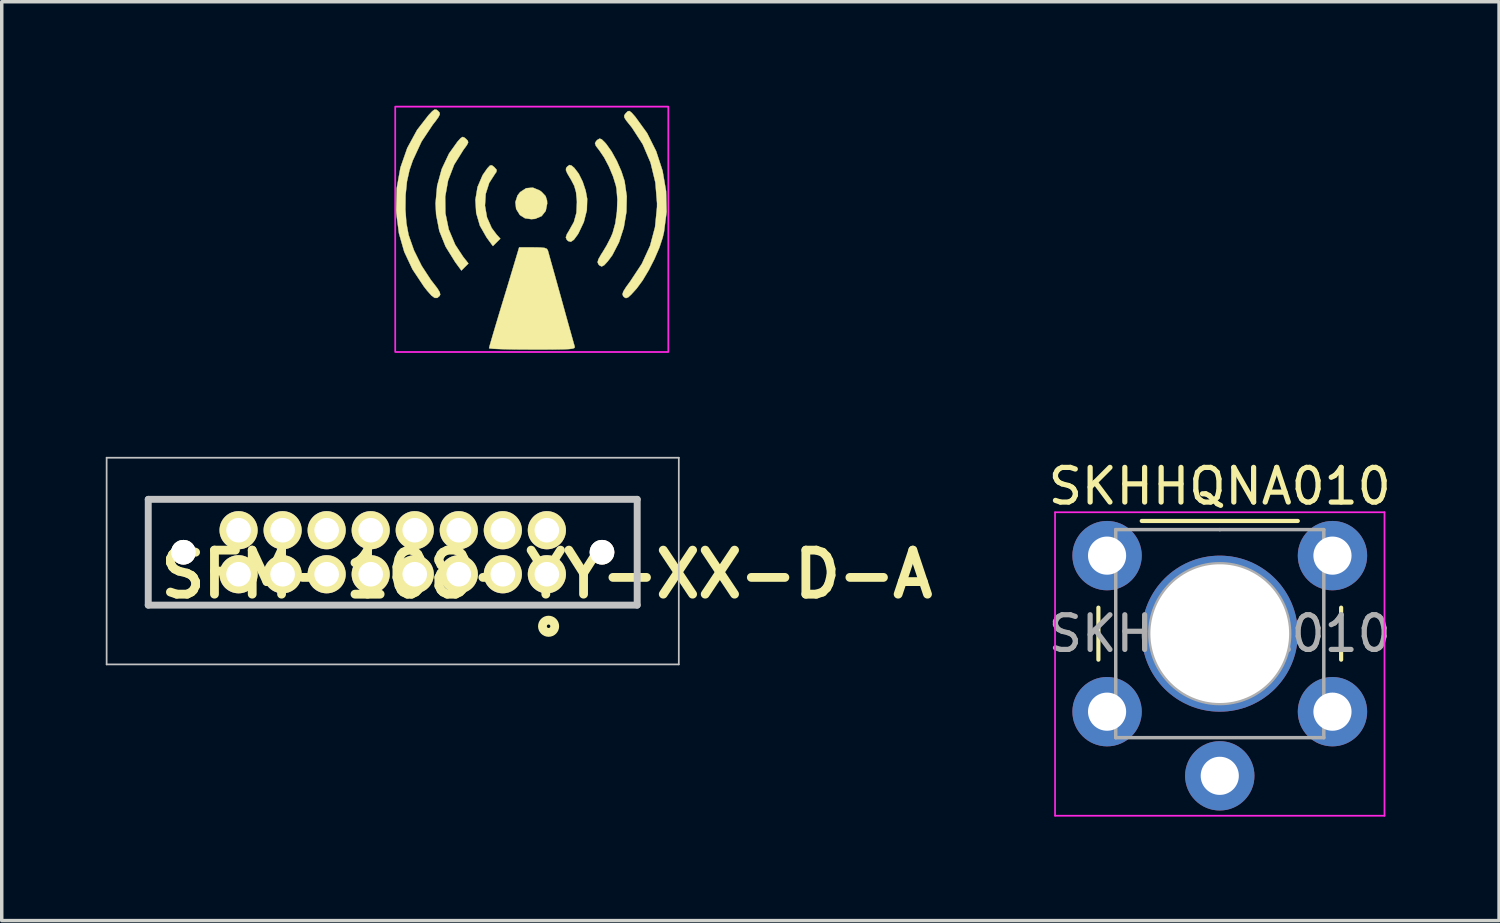
<source format=kicad_pcb>
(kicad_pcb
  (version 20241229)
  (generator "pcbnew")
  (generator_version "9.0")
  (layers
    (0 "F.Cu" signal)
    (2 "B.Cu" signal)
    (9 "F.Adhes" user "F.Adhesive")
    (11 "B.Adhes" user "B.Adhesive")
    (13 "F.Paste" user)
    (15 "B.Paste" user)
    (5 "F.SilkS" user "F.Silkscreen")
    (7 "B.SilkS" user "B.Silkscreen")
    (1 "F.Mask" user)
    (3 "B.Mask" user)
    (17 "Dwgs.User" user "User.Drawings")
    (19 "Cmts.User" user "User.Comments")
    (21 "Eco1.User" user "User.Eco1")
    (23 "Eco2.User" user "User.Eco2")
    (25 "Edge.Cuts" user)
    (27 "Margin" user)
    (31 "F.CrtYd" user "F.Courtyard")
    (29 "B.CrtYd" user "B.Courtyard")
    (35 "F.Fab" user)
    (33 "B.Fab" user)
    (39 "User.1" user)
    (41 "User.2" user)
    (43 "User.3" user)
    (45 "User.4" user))
  (footprint "non-ionizing-bigger"
    (layer "F.Cu")
    (at 12.272 3.575)
    (property "Reference" "non-ionizing-bigger" (at 0 0 0) (layer "User.1") (effects (font (size 1.524 1.524) (thickness 0.3))))
    (attr through_hole)
    (fp_poly (pts (xy 0.24 -1.134) (xy 0.301 -1.088) (xy 0.411 -0.971) (xy 0.453 -0.84) (xy 0.457 -0.755) (xy 0.415 -0.543) (xy 0.297 -0.393) (xy 0.11 -0.314) (xy 0 -0.305) (xy -0.183 -0.331) (xy -0.323 -0.42) (xy -0.333 -0.429) (xy -0.438 -0.6) (xy -0.46 -0.797) (xy -0.398 -0.988) (xy -0.323 -1.085) (xy -0.149 -1.198) (xy 0.044 -1.214) (xy 0.24 -1.134)) (stroke (width 0.01) (type solid)) (fill yes) (layer "F.SilkS"))
    (fp_poly (pts (xy -1.065 -1.802) (xy -0.999 -1.726) (xy -1.009 -1.663) (xy -1.035 -1.63) (xy -1.215 -1.351) (xy -1.316 -1.032) (xy -1.337 -0.694) (xy -1.279 -0.359) (xy -1.143 -0.05) (xy -1 0.141) (xy -0.894 0.257) (xy -1.108 0.47) (xy -1.29 0.222) (xy -1.483 -0.117) (xy -1.59 -0.484) (xy -1.613 -0.863) (xy -1.551 -1.232) (xy -1.405 -1.575) (xy -1.267 -1.772) (xy -1.192 -1.852) (xy -1.138 -1.859) (xy -1.065 -1.802)) (stroke (width 0.01) (type solid)) (fill yes) (layer "F.SilkS"))
    (fp_poly (pts (xy -1.924 -2.654) (xy -1.885 -2.621) (xy -1.832 -2.566) (xy -1.821 -2.515) (xy -1.859 -2.44) (xy -1.951 -2.314) (xy -1.962 -2.299) (xy -2.226 -1.875) (xy -2.4 -1.421) (xy -2.484 -0.951) (xy -2.478 -0.477) (xy -2.382 -0.012) (xy -2.196 0.43) (xy -1.967 0.779) (xy -1.814 0.973) (xy -1.916 1.075) (xy -2.017 1.176) (xy -2.196 0.931) (xy -2.472 0.487) (xy -2.653 0.035) (xy -2.746 -0.443) (xy -2.762 -0.762) (xy -2.716 -1.265) (xy -2.584 -1.75) (xy -2.374 -2.196) (xy -2.132 -2.536) (xy -2.038 -2.641) (xy -1.979 -2.677) (xy -1.924 -2.654)) (stroke (width 0.01) (type solid)) (fill yes) (layer "F.SilkS"))
    (fp_poly (pts (xy 1.161 -1.85) (xy 1.239 -1.783) (xy 1.366 -1.617) (xy 1.481 -1.386) (xy 1.568 -1.123) (xy 1.611 -0.891) (xy 1.601 -0.565) (xy 1.514 -0.222) (xy 1.361 0.101) (xy 1.337 0.14) (xy 1.227 0.288) (xy 1.139 0.348) (xy 1.062 0.326) (xy 1.02 0.285) (xy 0.995 0.218) (xy 1.028 0.124) (xy 1.087 0.028) (xy 1.228 -0.226) (xy 1.301 -0.489) (xy 1.315 -0.797) (xy 1.312 -0.862) (xy 1.289 -1.087) (xy 1.239 -1.264) (xy 1.146 -1.443) (xy 1.126 -1.475) (xy 1.037 -1.626) (xy 0.998 -1.718) (xy 1.003 -1.778) (xy 1.037 -1.821) (xy 1.099 -1.867) (xy 1.161 -1.85)) (stroke (width 0.01) (type solid)) (fill yes) (layer "F.SilkS"))
    (fp_poly (pts (xy -2.735 -3.462) (xy -2.688 -3.425) (xy -2.646 -3.379) (xy -2.639 -3.329) (xy -2.675 -3.254) (xy -2.761 -3.133) (xy -2.842 -3.03) (xy -3.166 -2.543) (xy -3.418 -1.999) (xy -3.512 -1.725) (xy -3.586 -1.393) (xy -3.626 -1.001) (xy -3.632 -0.588) (xy -3.603 -0.191) (xy -3.539 0.152) (xy -3.384 0.595) (xy -3.162 1.042) (xy -2.897 1.447) (xy -2.839 1.521) (xy -2.711 1.688) (xy -2.643 1.798) (xy -2.627 1.869) (xy -2.645 1.909) (xy -2.713 1.966) (xy -2.787 1.965) (xy -2.88 1.897) (xy -3.005 1.756) (xy -3.097 1.638) (xy -3.427 1.142) (xy -3.664 0.638) (xy -3.817 0.105) (xy -3.893 -0.478) (xy -3.898 -0.564) (xy -3.882 -1.192) (xy -3.774 -1.794) (xy -3.577 -2.358) (xy -3.294 -2.878) (xy -2.967 -3.3) (xy -2.857 -3.417) (xy -2.788 -3.467) (xy -2.735 -3.462)) (stroke (width 0.01) (type solid)) (fill yes) (layer "F.SilkS"))
    (fp_poly (pts (xy 2.031 -2.606) (xy 2.12 -2.519) (xy 2.159 -2.475) (xy 2.314 -2.258) (xy 2.467 -1.981) (xy 2.598 -1.683) (xy 2.689 -1.403) (xy 2.69 -1.397) (xy 2.752 -0.966) (xy 2.742 -0.513) (xy 2.666 -0.062) (xy 2.529 0.362) (xy 2.336 0.734) (xy 2.208 0.907) (xy 2.102 1.022) (xy 2.029 1.06) (xy 1.965 1.029) (xy 1.934 0.994) (xy 1.911 0.936) (xy 1.935 0.85) (xy 2.012 0.714) (xy 2.056 0.647) (xy 2.176 0.446) (xy 2.289 0.225) (xy 2.344 0.097) (xy 2.422 -0.186) (xy 2.469 -0.522) (xy 2.482 -0.868) (xy 2.457 -1.181) (xy 2.438 -1.276) (xy 2.357 -1.538) (xy 2.239 -1.82) (xy 2.101 -2.083) (xy 1.963 -2.287) (xy 1.956 -2.295) (xy 1.862 -2.417) (xy 1.836 -2.496) (xy 1.873 -2.561) (xy 1.912 -2.596) (xy 1.97 -2.628) (xy 2.031 -2.606)) (stroke (width 0.01) (type solid)) (fill yes) (layer "F.SilkS"))
    (fp_poly (pts (xy 2.896 -3.372) (xy 3 -3.254) (xy 3.339 -2.786) (xy 3.601 -2.262) (xy 3.785 -1.698) (xy 3.886 -1.111) (xy 3.901 -0.517) (xy 3.825 0.068) (xy 3.787 0.229) (xy 3.692 0.517) (xy 3.552 0.841) (xy 3.386 1.167) (xy 3.209 1.462) (xy 3.038 1.695) (xy 3.021 1.714) (xy 2.883 1.866) (xy 2.792 1.949) (xy 2.729 1.972) (xy 2.676 1.944) (xy 2.646 1.91) (xy 2.629 1.858) (xy 2.655 1.777) (xy 2.734 1.651) (xy 2.851 1.491) (xy 3.186 0.983) (xy 3.424 0.464) (xy 3.568 -0.078) (xy 3.625 -0.656) (xy 3.626 -0.762) (xy 3.577 -1.362) (xy 3.439 -1.933) (xy 3.213 -2.464) (xy 2.903 -2.943) (xy 2.843 -3.018) (xy 2.734 -3.155) (xy 2.682 -3.239) (xy 2.679 -3.296) (xy 2.717 -3.352) (xy 2.729 -3.365) (xy 2.784 -3.418) (xy 2.831 -3.424) (xy 2.896 -3.372)) (stroke (width 0.01) (type solid)) (fill yes) (layer "F.SilkS"))
    (fp_poly (pts (xy 0.256 0.511) (xy 0.381 0.524) (xy 0.448 0.551) (xy 0.477 0.597) (xy 0.477 0.597) (xy 0.497 0.668) (xy 0.54 0.824) (xy 0.603 1.049) (xy 0.682 1.33) (xy 0.772 1.654) (xy 0.863 1.981) (xy 0.96 2.332) (xy 1.049 2.653) (xy 1.127 2.931) (xy 1.189 3.152) (xy 1.231 3.302) (xy 1.25 3.365) (xy 1.252 3.393) (xy 1.233 3.414) (xy 1.182 3.43) (xy 1.086 3.441) (xy 0.934 3.448) (xy 0.715 3.452) (xy 0.417 3.454) (xy 0.029 3.454) (xy 0.029 3.454) (xy -0.315 3.453) (xy -0.623 3.449) (xy -0.88 3.442) (xy -1.074 3.434) (xy -1.191 3.424) (xy -1.219 3.416) (xy -1.205 3.359) (xy -1.165 3.218) (xy -1.104 3.01) (xy -1.026 2.748) (xy -0.936 2.447) (xy -0.895 2.311) (xy -0.792 1.972) (xy -0.691 1.641) (xy -0.6 1.338) (xy -0.524 1.086) (xy -0.47 0.906) (xy -0.461 0.876) (xy -0.351 0.508) (xy 0.05 0.508) (xy 0.256 0.511)) (stroke (width 0.01) (type solid)) (fill yes) (layer "F.SilkS"))
    (fp_rect (start -3.925 -3.55) (end 3.95 3.525) (stroke (width 0.05) (type default)) (fill no) (layer "F.CrtYd")))
  (footprint "SFM-108-YY-XX-D-A"
    (layer "F.Cu")
    (at 12.72 13.51)
    (property "Reference" "SFM-108-YY-XX-D-A" (at 0 0 0) (layer "F.SilkS") (effects (font (size 1.27 1.27) (thickness 0.254))))
    (attr through_hole exclude_from_pos_files)
    (fp_line (start -11.495 -2.16) (end 2.605 -2.16) (stroke (width 0.1) (type solid)) (layer "F.SilkS"))
    (fp_line (start 2.605 0.89) (end -11.495 0.89) (stroke (width 0.1) (type solid)) (layer "F.SilkS"))
    (fp_circle (center 0.05 1.5) (end 0 1.5) (stroke (width 0.254) (type solid)) (fill no) (layer "F.SilkS"))
    (fp_line (start -12.695 -3.36) (end 3.805 -3.36) (stroke (width 0.05) (type solid)) (layer "Dwgs.User"))
    (fp_line (start -12.695 2.6) (end -12.695 -3.36) (stroke (width 0.05) (type solid)) (layer "Dwgs.User"))
    (fp_line (start -11.495 -2.16) (end 2.605 -2.16) (stroke (width 0.2) (type solid)) (layer "Dwgs.User"))
    (fp_line (start -11.495 0.89) (end -11.495 -2.16) (stroke (width 0.2) (type solid)) (layer "Dwgs.User"))
    (fp_line (start 2.605 -2.16) (end 2.605 0.89) (stroke (width 0.2) (type solid)) (layer "Dwgs.User"))
    (fp_line (start 2.605 0.89) (end -11.495 0.89) (stroke (width 0.2) (type solid)) (layer "Dwgs.User"))
    (fp_line (start 3.805 -3.36) (end 3.805 2.6) (stroke (width 0.05) (type solid)) (layer "Dwgs.User"))
    (fp_line (start 3.805 2.6) (end -12.695 2.6) (stroke (width 0.05) (type solid)) (layer "Dwgs.User"))
    (pad "1" thru_hole circle (at 0 0 90) (size 1.1 1.1) (drill 0.71) (layers "*.Cu" "*.Mask" "F.SilkS"))
    (pad "2" thru_hole circle (at 0 -1.27 90) (size 1.1 1.1) (drill 0.71) (layers "*.Cu" "*.Mask" "F.SilkS"))
    (pad "3" thru_hole circle (at -1.27 0 90) (size 1.1 1.1) (drill 0.71) (layers "*.Cu" "*.Mask" "F.SilkS"))
    (pad "4" thru_hole circle (at -1.27 -1.27 90) (size 1.1 1.1) (drill 0.71) (layers "*.Cu" "*.Mask" "F.SilkS"))
    (pad "5" thru_hole circle (at -2.54 0 90) (size 1.1 1.1) (drill 0.71) (layers "*.Cu" "*.Mask" "F.SilkS"))
    (pad "6" thru_hole circle (at -2.54 -1.27 90) (size 1.1 1.1) (drill 0.71) (layers "*.Cu" "*.Mask" "F.SilkS"))
    (pad "7" thru_hole circle (at -3.81 0 90) (size 1.1 1.1) (drill 0.71) (layers "*.Cu" "*.Mask" "F.SilkS"))
    (pad "8" thru_hole circle (at -3.81 -1.27 90) (size 1.1 1.1) (drill 0.71) (layers "*.Cu" "*.Mask" "F.SilkS"))
    (pad "9" thru_hole circle (at -5.08 0 90) (size 1.1 1.1) (drill 0.71) (layers "*.Cu" "*.Mask" "F.SilkS"))
    (pad "10" thru_hole circle (at -5.08 -1.27 90) (size 1.1 1.1) (drill 0.71) (layers "*.Cu" "*.Mask" "F.SilkS"))
    (pad "11" thru_hole circle (at -6.35 0 90) (size 1.1 1.1) (drill 0.71) (layers "*.Cu" "*.Mask" "F.SilkS"))
    (pad "12" thru_hole circle (at -6.35 -1.27 90) (size 1.1 1.1) (drill 0.71) (layers "*.Cu" "*.Mask" "F.SilkS"))
    (pad "13" thru_hole circle (at -7.62 0 90) (size 1.1 1.1) (drill 0.71) (layers "*.Cu" "*.Mask" "F.SilkS"))
    (pad "14" thru_hole circle (at -7.62 -1.27 90) (size 1.1 1.1) (drill 0.71) (layers "*.Cu" "*.Mask" "F.SilkS"))
    (pad "15" thru_hole circle (at -8.89 0 90) (size 1.1 1.1) (drill 0.71) (layers "*.Cu" "*.Mask" "F.SilkS"))
    (pad "16" thru_hole circle (at -8.89 -1.27 90) (size 1.1 1.1) (drill 0.71) (layers "*.Cu" "*.Mask" "F.SilkS"))
    (pad "17" thru_hole circle (at 1.59 -0.635 90) (size 0.71 0.71) (drill 1.42) (layers "*.Cu" "*.Mask" "F.SilkS"))
    (pad "18" thru_hole circle (at -10.48 -0.635 90) (size 0.71 0.71) (drill 1.42) (layers "*.Cu" "*.Mask" "F.SilkS")))
  (footprint "SKHHQNA010"
    (layer "F.Cu")
    (at 28.875 12.973)
    (property "Reference" "SKHHQNA010" (at 3.25 -2 0) (layer "F.SilkS") (effects (font (size 1 1) (thickness 0.15))))
    (attr through_hole)
    (fp_line (start -0.25 1.5) (end -0.25 3) (stroke (width 0.12) (type solid)) (layer "F.SilkS"))
    (fp_line (start 5.5 -1) (end 1 -1) (stroke (width 0.12) (type solid)) (layer "F.SilkS"))
    (fp_line (start 6.75 3) (end 6.75 1.5) (stroke (width 0.12) (type solid)) (layer "F.SilkS"))
    (fp_line (start -1.5 -1.25) (end 8 -1.25) (stroke (width 0.05) (type solid)) (layer "F.CrtYd"))
    (fp_line (start -1.5 7.5) (end -1.5 -1.25) (stroke (width 0.05) (type solid)) (layer "F.CrtYd"))
    (fp_line (start 8 -1.25) (end 8 7.5) (stroke (width 0.05) (type solid)) (layer "F.CrtYd"))
    (fp_line (start 8 7.5) (end -1.5 7.5) (stroke (width 0.05) (type solid)) (layer "F.CrtYd"))
    (fp_line (start 0.25 -0.75) (end 3.25 -0.75) (stroke (width 0.1) (type solid)) (layer "F.Fab"))
    (fp_line (start 0.25 5.25) (end 0.25 -0.75) (stroke (width 0.1) (type solid)) (layer "F.Fab"))
    (fp_line (start 3.25 -0.75) (end 6.25 -0.75) (stroke (width 0.1) (type solid)) (layer "F.Fab"))
    (fp_line (start 6.25 -0.75) (end 6.25 5.25) (stroke (width 0.1) (type solid)) (layer "F.Fab"))
    (fp_line (start 6.25 5.25) (end 0.25 5.25) (stroke (width 0.1) (type solid)) (layer "F.Fab"))
    (fp_circle (center 3.25 2.25) (end 1.25 2.5) (stroke (width 0.1) (type solid)) (fill no) (layer "F.Fab"))
    (fp_text user "${REFERENCE}" (at 3.25 2.25 0) (layer "F.Fab") (effects (font (size 1 1) (thickness 0.15))))
    (pad "" thru_hole circle (at 3.25 2.25 90) (size 4.5 4.5) (drill 4) (layers "*.Cu" "*.Mask"))
    (pad "1" thru_hole circle (at 0 0 90) (size 2 2) (drill 1.1) (layers "*.Cu" "*.Mask"))
    (pad "1" thru_hole circle (at 6.5 0 90) (size 2 2) (drill 1.1) (layers "*.Cu" "*.Mask"))
    (pad "2" thru_hole circle (at 0 4.5 90) (size 2 2) (drill 1.1) (layers "*.Cu" "*.Mask"))
    (pad "2" thru_hole circle (at 6.5 4.5 90) (size 2 2) (drill 1.1) (layers "*.Cu" "*.Mask"))
    (pad "3" thru_hole circle (at 3.25 6.35 90) (size 2 2) (drill 1.1) (layers "*.Cu" "*.Mask")))
  (gr_rect
    (start -3 -3)
    (end 40.179 23.498)
    (stroke (width 0.1) (type default))
    (fill no)
    (layer "Edge.Cuts")))
</source>
